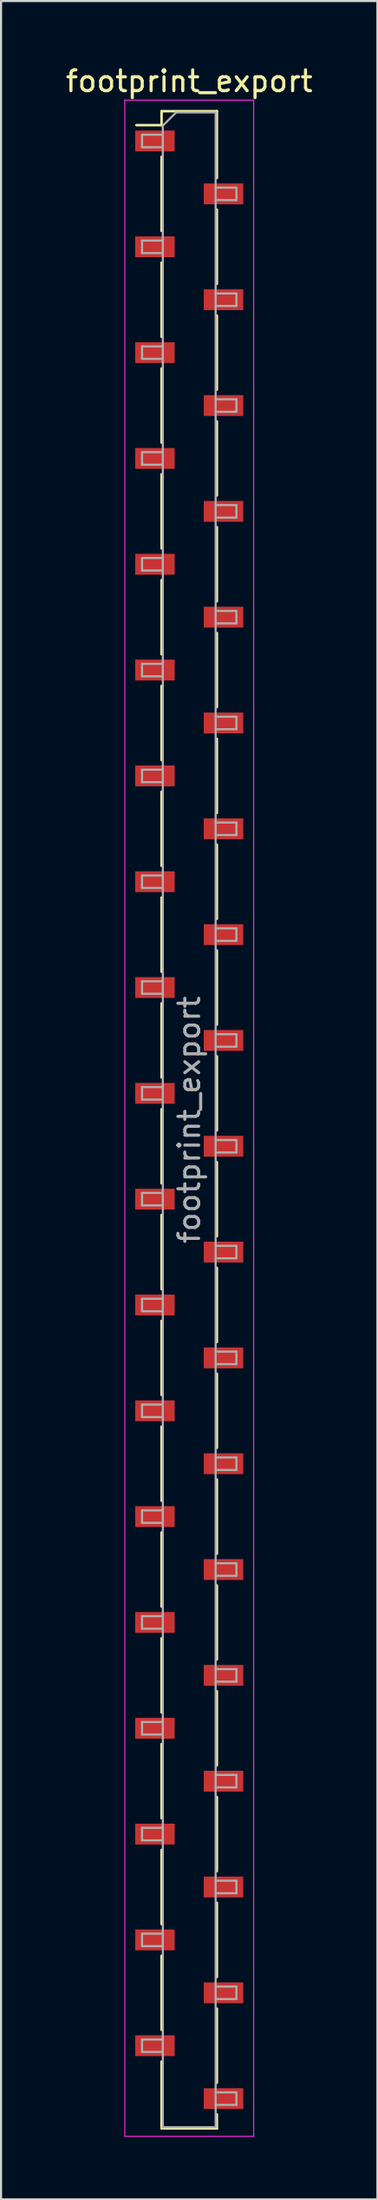
<source format=kicad_pcb>
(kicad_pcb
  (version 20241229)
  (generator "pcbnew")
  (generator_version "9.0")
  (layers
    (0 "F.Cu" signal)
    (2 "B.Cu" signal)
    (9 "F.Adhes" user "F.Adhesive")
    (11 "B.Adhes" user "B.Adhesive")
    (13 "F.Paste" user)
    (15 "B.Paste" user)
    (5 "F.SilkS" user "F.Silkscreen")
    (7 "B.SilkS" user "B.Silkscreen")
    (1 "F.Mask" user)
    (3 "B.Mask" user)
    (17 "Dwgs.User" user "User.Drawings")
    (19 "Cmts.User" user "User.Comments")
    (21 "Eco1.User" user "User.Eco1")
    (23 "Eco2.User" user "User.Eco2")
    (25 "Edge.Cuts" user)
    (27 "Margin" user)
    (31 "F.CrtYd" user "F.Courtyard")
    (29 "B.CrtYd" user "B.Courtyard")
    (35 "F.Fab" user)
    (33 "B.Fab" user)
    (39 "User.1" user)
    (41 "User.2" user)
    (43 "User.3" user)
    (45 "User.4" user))
  (footprint "footprint_export"
    (layer "F.Cu")
    (at 6.054 50.708)
    (property "Reference" "footprint_export" (at 0 -49.86 0) (layer "F.SilkS") (effects (font (size 1 1) (thickness 0.15))))
    (attr smd)
    (fp_line (start -2.54 -47.75) (end -1.33 -47.75) (stroke (width 0.12) (type solid)) (layer "F.SilkS"))
    (fp_line (start -1.33 -48.42) (end -1.33 -47.75) (stroke (width 0.12) (type solid)) (layer "F.SilkS"))
    (fp_line (start -1.33 -48.42) (end 1.33 -48.42) (stroke (width 0.12) (type solid)) (layer "F.SilkS"))
    (fp_line (start -1.33 -46.23) (end -1.33 -42.67) (stroke (width 0.12) (type solid)) (layer "F.SilkS"))
    (fp_line (start -1.33 -41.15) (end -1.33 -37.59) (stroke (width 0.12) (type solid)) (layer "F.SilkS"))
    (fp_line (start -1.33 -36.07) (end -1.33 -32.51) (stroke (width 0.12) (type solid)) (layer "F.SilkS"))
    (fp_line (start -1.33 -30.99) (end -1.33 -27.43) (stroke (width 0.12) (type solid)) (layer "F.SilkS"))
    (fp_line (start -1.33 -25.91) (end -1.33 -22.35) (stroke (width 0.12) (type solid)) (layer "F.SilkS"))
    (fp_line (start -1.33 -20.83) (end -1.33 -17.27) (stroke (width 0.12) (type solid)) (layer "F.SilkS"))
    (fp_line (start -1.33 -15.75) (end -1.33 -12.19) (stroke (width 0.12) (type solid)) (layer "F.SilkS"))
    (fp_line (start -1.33 -10.67) (end -1.33 -7.11) (stroke (width 0.12) (type solid)) (layer "F.SilkS"))
    (fp_line (start -1.33 -5.59) (end -1.33 -2.03) (stroke (width 0.12) (type solid)) (layer "F.SilkS"))
    (fp_line (start -1.33 -0.51) (end -1.33 3.05) (stroke (width 0.12) (type solid)) (layer "F.SilkS"))
    (fp_line (start -1.33 4.57) (end -1.33 8.13) (stroke (width 0.12) (type solid)) (layer "F.SilkS"))
    (fp_line (start -1.33 9.65) (end -1.33 13.21) (stroke (width 0.12) (type solid)) (layer "F.SilkS"))
    (fp_line (start -1.33 14.73) (end -1.33 18.29) (stroke (width 0.12) (type solid)) (layer "F.SilkS"))
    (fp_line (start -1.33 19.81) (end -1.33 23.37) (stroke (width 0.12) (type solid)) (layer "F.SilkS"))
    (fp_line (start -1.33 24.89) (end -1.33 28.45) (stroke (width 0.12) (type solid)) (layer "F.SilkS"))
    (fp_line (start -1.33 29.97) (end -1.33 33.53) (stroke (width 0.12) (type solid)) (layer "F.SilkS"))
    (fp_line (start -1.33 35.05) (end -1.33 38.61) (stroke (width 0.12) (type solid)) (layer "F.SilkS"))
    (fp_line (start -1.33 40.13) (end -1.33 43.69) (stroke (width 0.12) (type solid)) (layer "F.SilkS"))
    (fp_line (start -1.33 45.21) (end -1.33 48.42) (stroke (width 0.12) (type solid)) (layer "F.SilkS"))
    (fp_line (start -1.33 48.42) (end 1.33 48.42) (stroke (width 0.12) (type solid)) (layer "F.SilkS"))
    (fp_line (start 1.33 -48.42) (end 1.33 -45.21) (stroke (width 0.12) (type solid)) (layer "F.SilkS"))
    (fp_line (start 1.33 -43.69) (end 1.33 -40.13) (stroke (width 0.12) (type solid)) (layer "F.SilkS"))
    (fp_line (start 1.33 -38.61) (end 1.33 -35.05) (stroke (width 0.12) (type solid)) (layer "F.SilkS"))
    (fp_line (start 1.33 -33.53) (end 1.33 -29.97) (stroke (width 0.12) (type solid)) (layer "F.SilkS"))
    (fp_line (start 1.33 -28.45) (end 1.33 -24.89) (stroke (width 0.12) (type solid)) (layer "F.SilkS"))
    (fp_line (start 1.33 -23.37) (end 1.33 -19.81) (stroke (width 0.12) (type solid)) (layer "F.SilkS"))
    (fp_line (start 1.33 -18.29) (end 1.33 -14.73) (stroke (width 0.12) (type solid)) (layer "F.SilkS"))
    (fp_line (start 1.33 -13.21) (end 1.33 -9.65) (stroke (width 0.12) (type solid)) (layer "F.SilkS"))
    (fp_line (start 1.33 -8.13) (end 1.33 -4.57) (stroke (width 0.12) (type solid)) (layer "F.SilkS"))
    (fp_line (start 1.33 -3.05) (end 1.33 0.51) (stroke (width 0.12) (type solid)) (layer "F.SilkS"))
    (fp_line (start 1.33 2.03) (end 1.33 5.59) (stroke (width 0.12) (type solid)) (layer "F.SilkS"))
    (fp_line (start 1.33 7.11) (end 1.33 10.67) (stroke (width 0.12) (type solid)) (layer "F.SilkS"))
    (fp_line (start 1.33 12.19) (end 1.33 15.75) (stroke (width 0.12) (type solid)) (layer "F.SilkS"))
    (fp_line (start 1.33 17.27) (end 1.33 20.83) (stroke (width 0.12) (type solid)) (layer "F.SilkS"))
    (fp_line (start 1.33 22.35) (end 1.33 25.91) (stroke (width 0.12) (type solid)) (layer "F.SilkS"))
    (fp_line (start 1.33 27.43) (end 1.33 30.99) (stroke (width 0.12) (type solid)) (layer "F.SilkS"))
    (fp_line (start 1.33 32.51) (end 1.33 36.07) (stroke (width 0.12) (type solid)) (layer "F.SilkS"))
    (fp_line (start 1.33 37.59) (end 1.33 41.15) (stroke (width 0.12) (type solid)) (layer "F.SilkS"))
    (fp_line (start 1.33 42.67) (end 1.33 46.23) (stroke (width 0.12) (type solid)) (layer "F.SilkS"))
    (fp_line (start 1.33 47.75) (end 1.33 48.42) (stroke (width 0.12) (type solid)) (layer "F.SilkS"))
    (fp_line (start -3.1 -48.95) (end 3.1 -48.95) (stroke (width 0.05) (type solid)) (layer "F.CrtYd"))
    (fp_line (start -3.1 48.8) (end -3.1 -48.95) (stroke (width 0.05) (type solid)) (layer "F.CrtYd"))
    (fp_line (start 3.1 -48.95) (end 3.1 48.8) (stroke (width 0.05) (type solid)) (layer "F.CrtYd"))
    (fp_line (start 3.1 48.8) (end -3.1 48.8) (stroke (width 0.05) (type solid)) (layer "F.CrtYd"))
    (fp_line (start -2.27 -47.29) (end -1.27 -47.29) (stroke (width 0.1) (type solid)) (layer "F.Fab"))
    (fp_line (start -2.27 -46.69) (end -2.27 -47.29) (stroke (width 0.1) (type solid)) (layer "F.Fab"))
    (fp_line (start -2.27 -42.21) (end -1.27 -42.21) (stroke (width 0.1) (type solid)) (layer "F.Fab"))
    (fp_line (start -2.27 -41.61) (end -2.27 -42.21) (stroke (width 0.1) (type solid)) (layer "F.Fab"))
    (fp_line (start -2.27 -37.13) (end -1.27 -37.13) (stroke (width 0.1) (type solid)) (layer "F.Fab"))
    (fp_line (start -2.27 -36.53) (end -2.27 -37.13) (stroke (width 0.1) (type solid)) (layer "F.Fab"))
    (fp_line (start -2.27 -32.05) (end -1.27 -32.05) (stroke (width 0.1) (type solid)) (layer "F.Fab"))
    (fp_line (start -2.27 -31.45) (end -2.27 -32.05) (stroke (width 0.1) (type solid)) (layer "F.Fab"))
    (fp_line (start -2.27 -26.97) (end -1.27 -26.97) (stroke (width 0.1) (type solid)) (layer "F.Fab"))
    (fp_line (start -2.27 -26.37) (end -2.27 -26.97) (stroke (width 0.1) (type solid)) (layer "F.Fab"))
    (fp_line (start -2.27 -21.89) (end -1.27 -21.89) (stroke (width 0.1) (type solid)) (layer "F.Fab"))
    (fp_line (start -2.27 -21.29) (end -2.27 -21.89) (stroke (width 0.1) (type solid)) (layer "F.Fab"))
    (fp_line (start -2.27 -16.81) (end -1.27 -16.81) (stroke (width 0.1) (type solid)) (layer "F.Fab"))
    (fp_line (start -2.27 -16.21) (end -2.27 -16.81) (stroke (width 0.1) (type solid)) (layer "F.Fab"))
    (fp_line (start -2.27 -11.73) (end -1.27 -11.73) (stroke (width 0.1) (type solid)) (layer "F.Fab"))
    (fp_line (start -2.27 -11.13) (end -2.27 -11.73) (stroke (width 0.1) (type solid)) (layer "F.Fab"))
    (fp_line (start -2.27 -6.65) (end -1.27 -6.65) (stroke (width 0.1) (type solid)) (layer "F.Fab"))
    (fp_line (start -2.27 -6.05) (end -2.27 -6.65) (stroke (width 0.1) (type solid)) (layer "F.Fab"))
    (fp_line (start -2.27 -1.57) (end -1.27 -1.57) (stroke (width 0.1) (type solid)) (layer "F.Fab"))
    (fp_line (start -2.27 -0.97) (end -2.27 -1.57) (stroke (width 0.1) (type solid)) (layer "F.Fab"))
    (fp_line (start -2.27 3.51) (end -1.27 3.51) (stroke (width 0.1) (type solid)) (layer "F.Fab"))
    (fp_line (start -2.27 4.11) (end -2.27 3.51) (stroke (width 0.1) (type solid)) (layer "F.Fab"))
    (fp_line (start -2.27 8.59) (end -1.27 8.59) (stroke (width 0.1) (type solid)) (layer "F.Fab"))
    (fp_line (start -2.27 9.19) (end -2.27 8.59) (stroke (width 0.1) (type solid)) (layer "F.Fab"))
    (fp_line (start -2.27 13.67) (end -1.27 13.67) (stroke (width 0.1) (type solid)) (layer "F.Fab"))
    (fp_line (start -2.27 14.27) (end -2.27 13.67) (stroke (width 0.1) (type solid)) (layer "F.Fab"))
    (fp_line (start -2.27 18.75) (end -1.27 18.75) (stroke (width 0.1) (type solid)) (layer "F.Fab"))
    (fp_line (start -2.27 19.35) (end -2.27 18.75) (stroke (width 0.1) (type solid)) (layer "F.Fab"))
    (fp_line (start -2.27 23.83) (end -1.27 23.83) (stroke (width 0.1) (type solid)) (layer "F.Fab"))
    (fp_line (start -2.27 24.43) (end -2.27 23.83) (stroke (width 0.1) (type solid)) (layer "F.Fab"))
    (fp_line (start -2.27 28.91) (end -1.27 28.91) (stroke (width 0.1) (type solid)) (layer "F.Fab"))
    (fp_line (start -2.27 29.51) (end -2.27 28.91) (stroke (width 0.1) (type solid)) (layer "F.Fab"))
    (fp_line (start -2.27 33.99) (end -1.27 33.99) (stroke (width 0.1) (type solid)) (layer "F.Fab"))
    (fp_line (start -2.27 34.59) (end -2.27 33.99) (stroke (width 0.1) (type solid)) (layer "F.Fab"))
    (fp_line (start -2.27 39.07) (end -1.27 39.07) (stroke (width 0.1) (type solid)) (layer "F.Fab"))
    (fp_line (start -2.27 39.67) (end -2.27 39.07) (stroke (width 0.1) (type solid)) (layer "F.Fab"))
    (fp_line (start -2.27 44.15) (end -1.27 44.15) (stroke (width 0.1) (type solid)) (layer "F.Fab"))
    (fp_line (start -2.27 44.75) (end -2.27 44.15) (stroke (width 0.1) (type solid)) (layer "F.Fab"))
    (fp_line (start -1.27 -47.725) (end -0.635 -48.36) (stroke (width 0.1) (type solid)) (layer "F.Fab"))
    (fp_line (start -1.27 -46.69) (end -2.27 -46.69) (stroke (width 0.1) (type solid)) (layer "F.Fab"))
    (fp_line (start -1.27 -41.61) (end -2.27 -41.61) (stroke (width 0.1) (type solid)) (layer "F.Fab"))
    (fp_line (start -1.27 -36.53) (end -2.27 -36.53) (stroke (width 0.1) (type solid)) (layer "F.Fab"))
    (fp_line (start -1.27 -31.45) (end -2.27 -31.45) (stroke (width 0.1) (type solid)) (layer "F.Fab"))
    (fp_line (start -1.27 -26.37) (end -2.27 -26.37) (stroke (width 0.1) (type solid)) (layer "F.Fab"))
    (fp_line (start -1.27 -21.29) (end -2.27 -21.29) (stroke (width 0.1) (type solid)) (layer "F.Fab"))
    (fp_line (start -1.27 -16.21) (end -2.27 -16.21) (stroke (width 0.1) (type solid)) (layer "F.Fab"))
    (fp_line (start -1.27 -11.13) (end -2.27 -11.13) (stroke (width 0.1) (type solid)) (layer "F.Fab"))
    (fp_line (start -1.27 -6.05) (end -2.27 -6.05) (stroke (width 0.1) (type solid)) (layer "F.Fab"))
    (fp_line (start -1.27 -0.97) (end -2.27 -0.97) (stroke (width 0.1) (type solid)) (layer "F.Fab"))
    (fp_line (start -1.27 4.11) (end -2.27 4.11) (stroke (width 0.1) (type solid)) (layer "F.Fab"))
    (fp_line (start -1.27 9.19) (end -2.27 9.19) (stroke (width 0.1) (type solid)) (layer "F.Fab"))
    (fp_line (start -1.27 14.27) (end -2.27 14.27) (stroke (width 0.1) (type solid)) (layer "F.Fab"))
    (fp_line (start -1.27 19.35) (end -2.27 19.35) (stroke (width 0.1) (type solid)) (layer "F.Fab"))
    (fp_line (start -1.27 24.43) (end -2.27 24.43) (stroke (width 0.1) (type solid)) (layer "F.Fab"))
    (fp_line (start -1.27 29.51) (end -2.27 29.51) (stroke (width 0.1) (type solid)) (layer "F.Fab"))
    (fp_line (start -1.27 34.59) (end -2.27 34.59) (stroke (width 0.1) (type solid)) (layer "F.Fab"))
    (fp_line (start -1.27 39.67) (end -2.27 39.67) (stroke (width 0.1) (type solid)) (layer "F.Fab"))
    (fp_line (start -1.27 44.75) (end -2.27 44.75) (stroke (width 0.1) (type solid)) (layer "F.Fab"))
    (fp_line (start -1.27 48.36) (end -1.27 -47.725) (stroke (width 0.1) (type solid)) (layer "F.Fab"))
    (fp_line (start -0.635 -48.36) (end 1.27 -48.36) (stroke (width 0.1) (type solid)) (layer "F.Fab"))
    (fp_line (start 1.27 -48.36) (end 1.27 48.36) (stroke (width 0.1) (type solid)) (layer "F.Fab"))
    (fp_line (start 1.27 -44.75) (end 2.27 -44.75) (stroke (width 0.1) (type solid)) (layer "F.Fab"))
    (fp_line (start 1.27 -39.67) (end 2.27 -39.67) (stroke (width 0.1) (type solid)) (layer "F.Fab"))
    (fp_line (start 1.27 -34.59) (end 2.27 -34.59) (stroke (width 0.1) (type solid)) (layer "F.Fab"))
    (fp_line (start 1.27 -29.51) (end 2.27 -29.51) (stroke (width 0.1) (type solid)) (layer "F.Fab"))
    (fp_line (start 1.27 -24.43) (end 2.27 -24.43) (stroke (width 0.1) (type solid)) (layer "F.Fab"))
    (fp_line (start 1.27 -19.35) (end 2.27 -19.35) (stroke (width 0.1) (type solid)) (layer "F.Fab"))
    (fp_line (start 1.27 -14.27) (end 2.27 -14.27) (stroke (width 0.1) (type solid)) (layer "F.Fab"))
    (fp_line (start 1.27 -9.19) (end 2.27 -9.19) (stroke (width 0.1) (type solid)) (layer "F.Fab"))
    (fp_line (start 1.27 -4.11) (end 2.27 -4.11) (stroke (width 0.1) (type solid)) (layer "F.Fab"))
    (fp_line (start 1.27 0.97) (end 2.27 0.97) (stroke (width 0.1) (type solid)) (layer "F.Fab"))
    (fp_line (start 1.27 6.05) (end 2.27 6.05) (stroke (width 0.1) (type solid)) (layer "F.Fab"))
    (fp_line (start 1.27 11.13) (end 2.27 11.13) (stroke (width 0.1) (type solid)) (layer "F.Fab"))
    (fp_line (start 1.27 16.21) (end 2.27 16.21) (stroke (width 0.1) (type solid)) (layer "F.Fab"))
    (fp_line (start 1.27 21.29) (end 2.27 21.29) (stroke (width 0.1) (type solid)) (layer "F.Fab"))
    (fp_line (start 1.27 26.37) (end 2.27 26.37) (stroke (width 0.1) (type solid)) (layer "F.Fab"))
    (fp_line (start 1.27 31.45) (end 2.27 31.45) (stroke (width 0.1) (type solid)) (layer "F.Fab"))
    (fp_line (start 1.27 36.53) (end 2.27 36.53) (stroke (width 0.1) (type solid)) (layer "F.Fab"))
    (fp_line (start 1.27 41.61) (end 2.27 41.61) (stroke (width 0.1) (type solid)) (layer "F.Fab"))
    (fp_line (start 1.27 46.69) (end 2.27 46.69) (stroke (width 0.1) (type solid)) (layer "F.Fab"))
    (fp_line (start 1.27 48.36) (end -1.27 48.36) (stroke (width 0.1) (type solid)) (layer "F.Fab"))
    (fp_line (start 2.27 -44.75) (end 2.27 -44.15) (stroke (width 0.1) (type solid)) (layer "F.Fab"))
    (fp_line (start 2.27 -44.15) (end 1.27 -44.15) (stroke (width 0.1) (type solid)) (layer "F.Fab"))
    (fp_line (start 2.27 -39.67) (end 2.27 -39.07) (stroke (width 0.1) (type solid)) (layer "F.Fab"))
    (fp_line (start 2.27 -39.07) (end 1.27 -39.07) (stroke (width 0.1) (type solid)) (layer "F.Fab"))
    (fp_line (start 2.27 -34.59) (end 2.27 -33.99) (stroke (width 0.1) (type solid)) (layer "F.Fab"))
    (fp_line (start 2.27 -33.99) (end 1.27 -33.99) (stroke (width 0.1) (type solid)) (layer "F.Fab"))
    (fp_line (start 2.27 -29.51) (end 2.27 -28.91) (stroke (width 0.1) (type solid)) (layer "F.Fab"))
    (fp_line (start 2.27 -28.91) (end 1.27 -28.91) (stroke (width 0.1) (type solid)) (layer "F.Fab"))
    (fp_line (start 2.27 -24.43) (end 2.27 -23.83) (stroke (width 0.1) (type solid)) (layer "F.Fab"))
    (fp_line (start 2.27 -23.83) (end 1.27 -23.83) (stroke (width 0.1) (type solid)) (layer "F.Fab"))
    (fp_line (start 2.27 -19.35) (end 2.27 -18.75) (stroke (width 0.1) (type solid)) (layer "F.Fab"))
    (fp_line (start 2.27 -18.75) (end 1.27 -18.75) (stroke (width 0.1) (type solid)) (layer "F.Fab"))
    (fp_line (start 2.27 -14.27) (end 2.27 -13.67) (stroke (width 0.1) (type solid)) (layer "F.Fab"))
    (fp_line (start 2.27 -13.67) (end 1.27 -13.67) (stroke (width 0.1) (type solid)) (layer "F.Fab"))
    (fp_line (start 2.27 -9.19) (end 2.27 -8.59) (stroke (width 0.1) (type solid)) (layer "F.Fab"))
    (fp_line (start 2.27 -8.59) (end 1.27 -8.59) (stroke (width 0.1) (type solid)) (layer "F.Fab"))
    (fp_line (start 2.27 -4.11) (end 2.27 -3.51) (stroke (width 0.1) (type solid)) (layer "F.Fab"))
    (fp_line (start 2.27 -3.51) (end 1.27 -3.51) (stroke (width 0.1) (type solid)) (layer "F.Fab"))
    (fp_line (start 2.27 0.97) (end 2.27 1.57) (stroke (width 0.1) (type solid)) (layer "F.Fab"))
    (fp_line (start 2.27 1.57) (end 1.27 1.57) (stroke (width 0.1) (type solid)) (layer "F.Fab"))
    (fp_line (start 2.27 6.05) (end 2.27 6.65) (stroke (width 0.1) (type solid)) (layer "F.Fab"))
    (fp_line (start 2.27 6.65) (end 1.27 6.65) (stroke (width 0.1) (type solid)) (layer "F.Fab"))
    (fp_line (start 2.27 11.13) (end 2.27 11.73) (stroke (width 0.1) (type solid)) (layer "F.Fab"))
    (fp_line (start 2.27 11.73) (end 1.27 11.73) (stroke (width 0.1) (type solid)) (layer "F.Fab"))
    (fp_line (start 2.27 16.21) (end 2.27 16.81) (stroke (width 0.1) (type solid)) (layer "F.Fab"))
    (fp_line (start 2.27 16.81) (end 1.27 16.81) (stroke (width 0.1) (type solid)) (layer "F.Fab"))
    (fp_line (start 2.27 21.29) (end 2.27 21.89) (stroke (width 0.1) (type solid)) (layer "F.Fab"))
    (fp_line (start 2.27 21.89) (end 1.27 21.89) (stroke (width 0.1) (type solid)) (layer "F.Fab"))
    (fp_line (start 2.27 26.37) (end 2.27 26.97) (stroke (width 0.1) (type solid)) (layer "F.Fab"))
    (fp_line (start 2.27 26.97) (end 1.27 26.97) (stroke (width 0.1) (type solid)) (layer "F.Fab"))
    (fp_line (start 2.27 31.45) (end 2.27 32.05) (stroke (width 0.1) (type solid)) (layer "F.Fab"))
    (fp_line (start 2.27 32.05) (end 1.27 32.05) (stroke (width 0.1) (type solid)) (layer "F.Fab"))
    (fp_line (start 2.27 36.53) (end 2.27 37.13) (stroke (width 0.1) (type solid)) (layer "F.Fab"))
    (fp_line (start 2.27 37.13) (end 1.27 37.13) (stroke (width 0.1) (type solid)) (layer "F.Fab"))
    (fp_line (start 2.27 41.61) (end 2.27 42.21) (stroke (width 0.1) (type solid)) (layer "F.Fab"))
    (fp_line (start 2.27 42.21) (end 1.27 42.21) (stroke (width 0.1) (type solid)) (layer "F.Fab"))
    (fp_line (start 2.27 46.69) (end 2.27 47.29) (stroke (width 0.1) (type solid)) (layer "F.Fab"))
    (fp_line (start 2.27 47.29) (end 1.27 47.29) (stroke (width 0.1) (type solid)) (layer "F.Fab"))
    (fp_text user "${REFERENCE}" (at 0 0 90) (layer "F.Fab") (effects (font (size 1 1) (thickness 0.15))))
    (pad "1" smd rect (at -1.65 -46.99) (size 1.9 1) (layers "F.Cu" "F.Mask" "F.Paste"))
    (pad "2" smd rect (at 1.65 -44.45) (size 1.9 1) (layers "F.Cu" "F.Mask" "F.Paste"))
    (pad "3" smd rect (at -1.65 -41.91) (size 1.9 1) (layers "F.Cu" "F.Mask" "F.Paste"))
    (pad "4" smd rect (at 1.65 -39.37) (size 1.9 1) (layers "F.Cu" "F.Mask" "F.Paste"))
    (pad "5" smd rect (at -1.65 -36.83) (size 1.9 1) (layers "F.Cu" "F.Mask" "F.Paste"))
    (pad "6" smd rect (at 1.65 -34.29) (size 1.9 1) (layers "F.Cu" "F.Mask" "F.Paste"))
    (pad "7" smd rect (at -1.65 -31.75) (size 1.9 1) (layers "F.Cu" "F.Mask" "F.Paste"))
    (pad "8" smd rect (at 1.65 -29.21) (size 1.9 1) (layers "F.Cu" "F.Mask" "F.Paste"))
    (pad "9" smd rect (at -1.65 -26.67) (size 1.9 1) (layers "F.Cu" "F.Mask" "F.Paste"))
    (pad "10" smd rect (at 1.65 -24.13) (size 1.9 1) (layers "F.Cu" "F.Mask" "F.Paste"))
    (pad "11" smd rect (at -1.65 -21.59) (size 1.9 1) (layers "F.Cu" "F.Mask" "F.Paste"))
    (pad "12" smd rect (at 1.65 -19.05) (size 1.9 1) (layers "F.Cu" "F.Mask" "F.Paste"))
    (pad "13" smd rect (at -1.65 -16.51) (size 1.9 1) (layers "F.Cu" "F.Mask" "F.Paste"))
    (pad "14" smd rect (at 1.65 -13.97) (size 1.9 1) (layers "F.Cu" "F.Mask" "F.Paste"))
    (pad "15" smd rect (at -1.65 -11.43) (size 1.9 1) (layers "F.Cu" "F.Mask" "F.Paste"))
    (pad "16" smd rect (at 1.65 -8.89) (size 1.9 1) (layers "F.Cu" "F.Mask" "F.Paste"))
    (pad "17" smd rect (at -1.65 -6.35) (size 1.9 1) (layers "F.Cu" "F.Mask" "F.Paste"))
    (pad "18" smd rect (at 1.65 -3.81) (size 1.9 1) (layers "F.Cu" "F.Mask" "F.Paste"))
    (pad "19" smd rect (at -1.65 -1.27) (size 1.9 1) (layers "F.Cu" "F.Mask" "F.Paste"))
    (pad "20" smd rect (at 1.65 1.27) (size 1.9 1) (layers "F.Cu" "F.Mask" "F.Paste"))
    (pad "21" smd rect (at -1.65 3.81) (size 1.9 1) (layers "F.Cu" "F.Mask" "F.Paste"))
    (pad "22" smd rect (at 1.65 6.35) (size 1.9 1) (layers "F.Cu" "F.Mask" "F.Paste"))
    (pad "23" smd rect (at -1.65 8.89) (size 1.9 1) (layers "F.Cu" "F.Mask" "F.Paste"))
    (pad "24" smd rect (at 1.65 11.43) (size 1.9 1) (layers "F.Cu" "F.Mask" "F.Paste"))
    (pad "25" smd rect (at -1.65 13.97) (size 1.9 1) (layers "F.Cu" "F.Mask" "F.Paste"))
    (pad "26" smd rect (at 1.65 16.51) (size 1.9 1) (layers "F.Cu" "F.Mask" "F.Paste"))
    (pad "27" smd rect (at -1.65 19.05) (size 1.9 1) (layers "F.Cu" "F.Mask" "F.Paste"))
    (pad "28" smd rect (at 1.65 21.59) (size 1.9 1) (layers "F.Cu" "F.Mask" "F.Paste"))
    (pad "29" smd rect (at -1.65 24.13) (size 1.9 1) (layers "F.Cu" "F.Mask" "F.Paste"))
    (pad "30" smd rect (at 1.65 26.67) (size 1.9 1) (layers "F.Cu" "F.Mask" "F.Paste"))
    (pad "31" smd rect (at -1.65 29.21) (size 1.9 1) (layers "F.Cu" "F.Mask" "F.Paste"))
    (pad "32" smd rect (at 1.65 31.75) (size 1.9 1) (layers "F.Cu" "F.Mask" "F.Paste"))
    (pad "33" smd rect (at -1.65 34.29) (size 1.9 1) (layers "F.Cu" "F.Mask" "F.Paste"))
    (pad "34" smd rect (at 1.65 36.83) (size 1.9 1) (layers "F.Cu" "F.Mask" "F.Paste"))
    (pad "35" smd rect (at -1.65 39.37) (size 1.9 1) (layers "F.Cu" "F.Mask" "F.Paste"))
    (pad "36" smd rect (at 1.65 41.91) (size 1.9 1) (layers "F.Cu" "F.Mask" "F.Paste"))
    (pad "37" smd rect (at -1.65 44.45) (size 1.9 1) (layers "F.Cu" "F.Mask" "F.Paste"))
    (pad "38" smd rect (at 1.65 46.99) (size 1.9 1) (layers "F.Cu" "F.Mask" "F.Paste")))
  (gr_rect
    (start -3 -3)
    (end 15.107 102.533)
    (stroke (width 0.1) (type default))
    (fill no)
    (layer "Edge.Cuts")))
</source>
